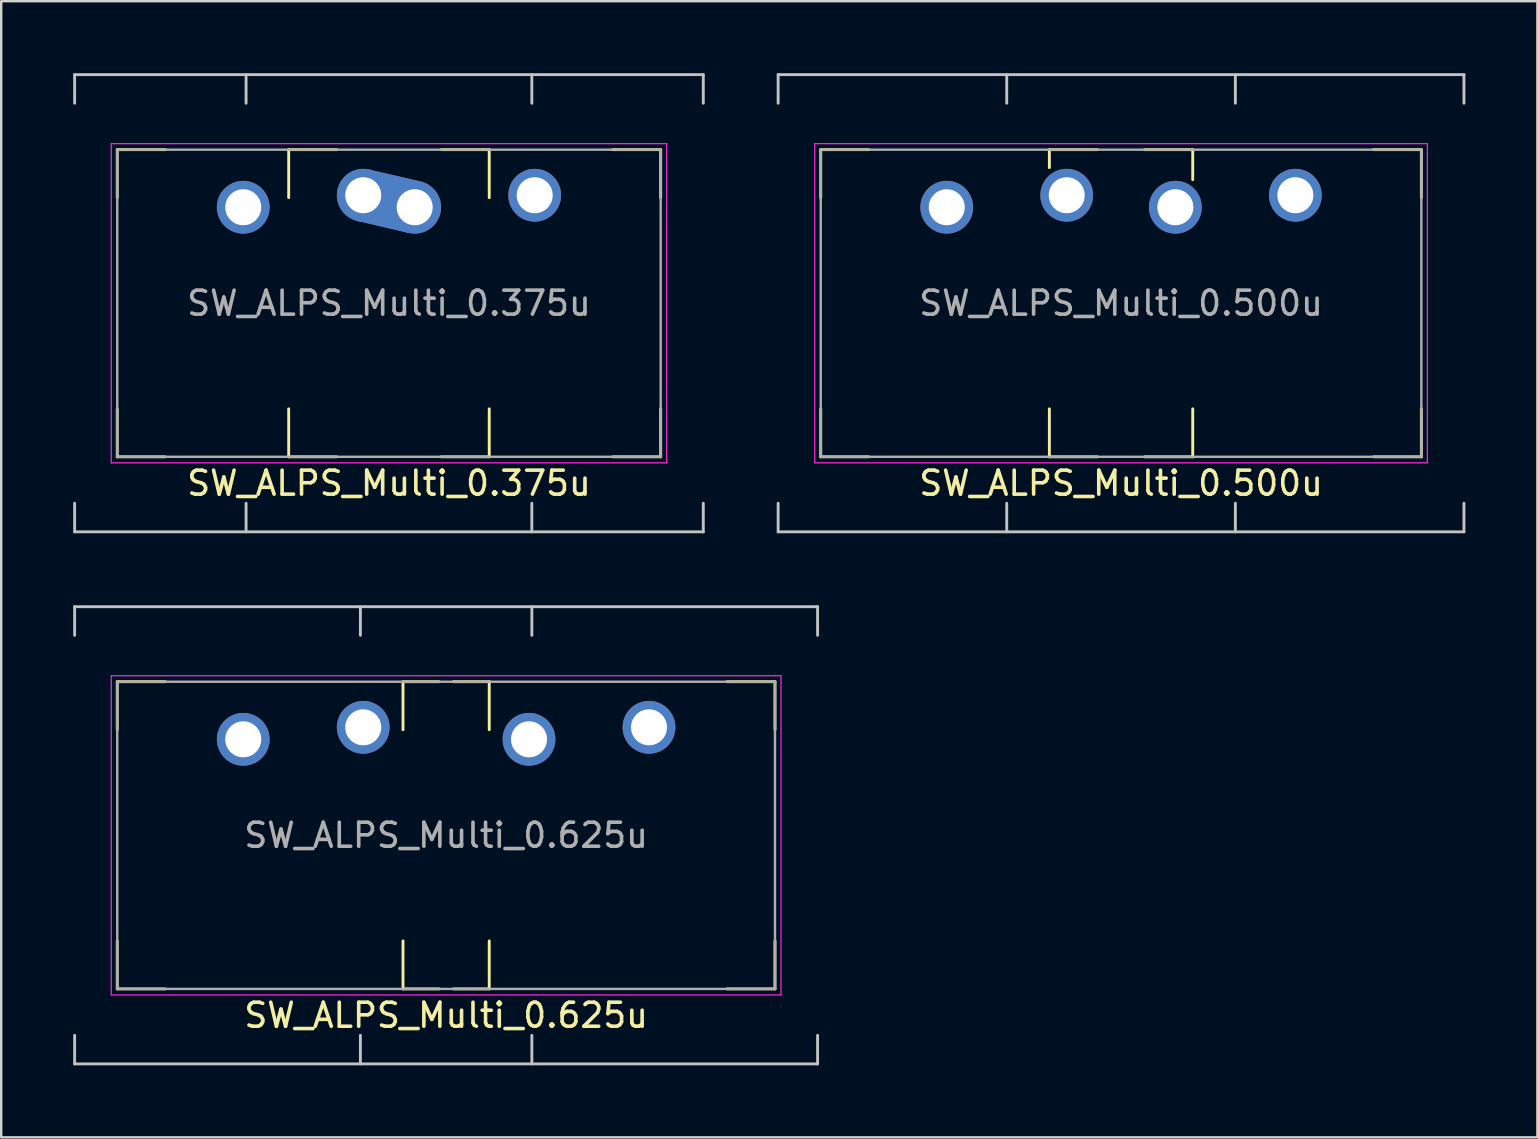
<source format=kicad_pcb>
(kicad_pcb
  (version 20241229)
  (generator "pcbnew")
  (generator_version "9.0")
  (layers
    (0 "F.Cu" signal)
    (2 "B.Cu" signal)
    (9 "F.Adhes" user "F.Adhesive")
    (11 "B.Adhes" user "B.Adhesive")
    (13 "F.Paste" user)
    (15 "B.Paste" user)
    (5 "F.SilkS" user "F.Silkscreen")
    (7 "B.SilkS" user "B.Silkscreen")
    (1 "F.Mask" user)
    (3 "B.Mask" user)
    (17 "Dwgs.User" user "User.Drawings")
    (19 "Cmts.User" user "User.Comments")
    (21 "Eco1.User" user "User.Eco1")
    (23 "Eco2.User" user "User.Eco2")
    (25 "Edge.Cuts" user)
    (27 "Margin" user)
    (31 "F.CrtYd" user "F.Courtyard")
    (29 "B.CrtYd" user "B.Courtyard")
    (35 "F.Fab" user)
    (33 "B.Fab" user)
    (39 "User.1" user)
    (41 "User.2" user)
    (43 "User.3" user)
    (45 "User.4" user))
  (footprint "SW_ALPS_Multi_0.375u"
    (layer "F.Cu")
    (at 11.966 9.585)
    (property "Reference" "SW_ALPS_Multi_0.375u" (at 1.191 7.5 0) (layer "F.SilkS") (effects (font (size 1 1) (thickness 0.15))))
    (attr through_hole)
    (fp_line (start -10.131 -6.4) (end -8.131 -6.4) (stroke (width 0.12) (type solid)) (layer "F.SilkS"))
    (fp_line (start -10.131 -4.4) (end -10.131 -6.4) (stroke (width 0.12) (type solid)) (layer "F.SilkS"))
    (fp_line (start -10.131 6.4) (end -10.131 4.4) (stroke (width 0.12) (type solid)) (layer "F.SilkS"))
    (fp_line (start -10.131 6.4) (end -8.131 6.4) (stroke (width 0.12) (type solid)) (layer "F.SilkS"))
    (fp_line (start -2.987 -6.4) (end -0.987 -6.4) (stroke (width 0.12) (type solid)) (layer "F.SilkS"))
    (fp_line (start -2.987 -4.4) (end -2.987 -6.4) (stroke (width 0.12) (type solid)) (layer "F.SilkS"))
    (fp_line (start -2.987 6.4) (end -2.987 4.4) (stroke (width 0.12) (type solid)) (layer "F.SilkS"))
    (fp_line (start -2.987 6.4) (end -0.987 6.4) (stroke (width 0.12) (type solid)) (layer "F.SilkS"))
    (fp_line (start 3.369 -6.4) (end 5.369 -6.4) (stroke (width 0.12) (type solid)) (layer "F.SilkS"))
    (fp_line (start 3.369 6.4) (end 5.369 6.4) (stroke (width 0.12) (type solid)) (layer "F.SilkS"))
    (fp_line (start 5.369 -4.4) (end 5.369 -6.4) (stroke (width 0.12) (type solid)) (layer "F.SilkS"))
    (fp_line (start 5.369 6.4) (end 5.369 4.4) (stroke (width 0.12) (type solid)) (layer "F.SilkS"))
    (fp_line (start 10.513 -6.4) (end 12.513 -6.4) (stroke (width 0.12) (type solid)) (layer "F.SilkS"))
    (fp_line (start 10.513 6.4) (end 12.513 6.4) (stroke (width 0.12) (type solid)) (layer "F.SilkS"))
    (fp_line (start 12.513 -4.4) (end 12.513 -6.4) (stroke (width 0.12) (type solid)) (layer "F.SilkS"))
    (fp_line (start 12.513 6.4) (end 12.513 4.4) (stroke (width 0.12) (type solid)) (layer "F.SilkS"))
    (fp_line (start -11.906 -9.525) (end 14.288 -9.525) (stroke (width 0.12) (type solid)) (layer "Dwgs.User"))
    (fp_line (start -11.906 -8.334) (end -11.906 -9.525) (stroke (width 0.12) (type solid)) (layer "Dwgs.User"))
    (fp_line (start -11.906 9.525) (end -11.906 8.334) (stroke (width 0.12) (type solid)) (layer "Dwgs.User"))
    (fp_line (start -4.763 -9.525) (end -4.763 -8.334) (stroke (width 0.12) (type solid)) (layer "Dwgs.User"))
    (fp_line (start -4.763 9.525) (end -4.763 8.334) (stroke (width 0.12) (type solid)) (layer "Dwgs.User"))
    (fp_line (start 7.144 -9.525) (end 7.144 -8.334) (stroke (width 0.12) (type solid)) (layer "Dwgs.User"))
    (fp_line (start 7.144 9.525) (end 7.144 8.334) (stroke (width 0.12) (type solid)) (layer "Dwgs.User"))
    (fp_line (start 14.288 -9.525) (end 14.288 -8.334) (stroke (width 0.12) (type solid)) (layer "Dwgs.User"))
    (fp_line (start 14.288 9.525) (end -11.906 9.525) (stroke (width 0.12) (type solid)) (layer "Dwgs.User"))
    (fp_line (start 14.288 9.525) (end 14.288 8.334) (stroke (width 0.12) (type solid)) (layer "Dwgs.User"))
    (fp_line (start -10.381 -6.65) (end 12.763 -6.65) (stroke (width 0.05) (type solid)) (layer "F.CrtYd"))
    (fp_line (start -10.381 6.65) (end -10.381 -6.65) (stroke (width 0.05) (type solid)) (layer "F.CrtYd"))
    (fp_line (start 12.763 -6.65) (end 12.763 6.65) (stroke (width 0.05) (type solid)) (layer "F.CrtYd"))
    (fp_line (start 12.763 6.65) (end -10.381 6.65) (stroke (width 0.05) (type solid)) (layer "F.CrtYd"))
    (fp_line (start -10.131 -6.4) (end 12.513 -6.4) (stroke (width 0.1) (type solid)) (layer "F.Fab"))
    (fp_line (start -10.131 6.4) (end -10.131 -6.4) (stroke (width 0.1) (type solid)) (layer "F.Fab"))
    (fp_line (start 12.513 -6.4) (end 12.513 6.4) (stroke (width 0.1) (type solid)) (layer "F.Fab"))
    (fp_line (start 12.513 6.4) (end -10.131 6.4) (stroke (width 0.1) (type solid)) (layer "F.Fab"))
    (fp_text user "${REFERENCE}" (at 1.191 0 0) (layer "F.Fab") (effects (font (size 1 1) (thickness 0.15))))
    (pad "1" thru_hole circle (at 0.119 -4.5) (size 2.2 2.2) (drill 1.5) (layers "*.Cu" "*.Mask"))
    (pad "1" smd roundrect (at 1.191 -4.25 346.9) (size 2.642 2.2) (layers "B.Cu" "B.Mask") (roundrect_rratio 0.1))
    (pad "1" smd roundrect (at 1.191 -4.25 346.9) (size 2.642 2.2) (layers "F.Cu" "F.Mask") (roundrect_rratio 0.1))
    (pad "1" thru_hole circle (at 2.263 -4) (size 2.2 2.2) (drill 1.5) (layers "*.Cu" "*.Mask"))
    (pad "2" thru_hole circle (at -4.881 -4) (size 2.2 2.2) (drill 1.5) (layers "*.Cu" "*.Mask"))
    (pad "2" thru_hole circle (at 7.263 -4.5) (size 2.2 2.2) (drill 1.5) (layers "*.Cu" "*.Mask")))
  (footprint "SW_ALPS_Multi_0.625u"
    (layer "F.Cu")
    (at 14.348 31.755)
    (property "Reference" "SW_ALPS_Multi_0.625u" (at 1.191 7.5 0) (layer "F.SilkS") (effects (font (size 1 1) (thickness 0.15))))
    (attr through_hole)
    (fp_line (start -12.513 -6.4) (end -10.513 -6.4) (stroke (width 0.12) (type solid)) (layer "F.SilkS"))
    (fp_line (start -12.513 -4.4) (end -12.513 -6.4) (stroke (width 0.12) (type solid)) (layer "F.SilkS"))
    (fp_line (start -12.513 6.4) (end -12.513 4.4) (stroke (width 0.12) (type solid)) (layer "F.SilkS"))
    (fp_line (start -12.513 6.4) (end -10.513 6.4) (stroke (width 0.12) (type solid)) (layer "F.SilkS"))
    (fp_line (start -0.606 -6.4) (end 0.894 -6.4) (stroke (width 0.12) (type solid)) (layer "F.SilkS"))
    (fp_line (start -0.606 -4.4) (end -0.606 -6.4) (stroke (width 0.12) (type solid)) (layer "F.SilkS"))
    (fp_line (start -0.606 6.4) (end -0.606 4.4) (stroke (width 0.12) (type solid)) (layer "F.SilkS"))
    (fp_line (start -0.606 6.4) (end 0.894 6.4) (stroke (width 0.12) (type solid)) (layer "F.SilkS"))
    (fp_line (start 1.487 -6.4) (end 2.987 -6.4) (stroke (width 0.12) (type solid)) (layer "F.SilkS"))
    (fp_line (start 1.487 6.4) (end 2.987 6.4) (stroke (width 0.12) (type solid)) (layer "F.SilkS"))
    (fp_line (start 2.987 -4.4) (end 2.987 -6.4) (stroke (width 0.12) (type solid)) (layer "F.SilkS"))
    (fp_line (start 2.987 6.4) (end 2.987 4.4) (stroke (width 0.12) (type solid)) (layer "F.SilkS"))
    (fp_line (start 12.894 -6.4) (end 14.894 -6.4) (stroke (width 0.12) (type solid)) (layer "F.SilkS"))
    (fp_line (start 12.894 6.4) (end 14.894 6.4) (stroke (width 0.12) (type solid)) (layer "F.SilkS"))
    (fp_line (start 14.894 -4.4) (end 14.894 -6.4) (stroke (width 0.12) (type solid)) (layer "F.SilkS"))
    (fp_line (start 14.894 6.4) (end 14.894 4.4) (stroke (width 0.12) (type solid)) (layer "F.SilkS"))
    (fp_line (start -14.288 -9.525) (end 16.669 -9.525) (stroke (width 0.12) (type solid)) (layer "Dwgs.User"))
    (fp_line (start -14.288 -8.334) (end -14.288 -9.525) (stroke (width 0.12) (type solid)) (layer "Dwgs.User"))
    (fp_line (start -14.288 9.525) (end -14.288 8.334) (stroke (width 0.12) (type solid)) (layer "Dwgs.User"))
    (fp_line (start -2.381 -9.525) (end -2.381 -8.334) (stroke (width 0.12) (type solid)) (layer "Dwgs.User"))
    (fp_line (start -2.381 9.525) (end -2.381 8.334) (stroke (width 0.12) (type solid)) (layer "Dwgs.User"))
    (fp_line (start 4.763 -9.525) (end 4.763 -8.334) (stroke (width 0.12) (type solid)) (layer "Dwgs.User"))
    (fp_line (start 4.763 9.525) (end 4.763 8.334) (stroke (width 0.12) (type solid)) (layer "Dwgs.User"))
    (fp_line (start 16.669 -9.525) (end 16.669 -8.334) (stroke (width 0.12) (type solid)) (layer "Dwgs.User"))
    (fp_line (start 16.669 9.525) (end -14.288 9.525) (stroke (width 0.12) (type solid)) (layer "Dwgs.User"))
    (fp_line (start 16.669 9.525) (end 16.669 8.334) (stroke (width 0.12) (type solid)) (layer "Dwgs.User"))
    (fp_line (start -12.763 -6.65) (end 15.144 -6.65) (stroke (width 0.05) (type solid)) (layer "F.CrtYd"))
    (fp_line (start -12.763 6.65) (end -12.763 -6.65) (stroke (width 0.05) (type solid)) (layer "F.CrtYd"))
    (fp_line (start 15.144 -6.65) (end 15.144 6.65) (stroke (width 0.05) (type solid)) (layer "F.CrtYd"))
    (fp_line (start 15.144 6.65) (end -12.763 6.65) (stroke (width 0.05) (type solid)) (layer "F.CrtYd"))
    (fp_line (start -12.513 -6.4) (end 14.894 -6.4) (stroke (width 0.1) (type solid)) (layer "F.Fab"))
    (fp_line (start -12.513 6.4) (end -12.513 -6.4) (stroke (width 0.1) (type solid)) (layer "F.Fab"))
    (fp_line (start 14.894 -6.4) (end 14.894 6.4) (stroke (width 0.1) (type solid)) (layer "F.Fab"))
    (fp_line (start 14.894 6.4) (end -12.513 6.4) (stroke (width 0.1) (type solid)) (layer "F.Fab"))
    (fp_text user "${REFERENCE}" (at 1.191 0 0) (layer "F.Fab") (effects (font (size 1 1) (thickness 0.15))))
    (pad "1" thru_hole circle (at -2.263 -4.5) (size 2.2 2.2) (drill 1.5) (layers "*.Cu" "*.Mask"))
    (pad "1" thru_hole circle (at 9.644 -4.5) (size 2.2 2.2) (drill 1.5) (layers "*.Cu" "*.Mask"))
    (pad "2" thru_hole circle (at -7.263 -4) (size 2.2 2.2) (drill 1.5) (layers "*.Cu" "*.Mask"))
    (pad "2" thru_hole circle (at 4.644 -4) (size 2.2 2.2) (drill 1.5) (layers "*.Cu" "*.Mask")))
  (footprint "SW_ALPS_Multi_0.500u"
    (layer "F.Cu")
    (at 43.661 9.585)
    (property "Reference" "SW_ALPS_Multi_0.500u" (at 0 7.5 0) (layer "F.SilkS") (effects (font (size 1 1) (thickness 0.15))))
    (attr through_hole)
    (fp_line (start -12.513 -6.4) (end -10.513 -6.4) (stroke (width 0.12) (type solid)) (layer "F.SilkS"))
    (fp_line (start -12.513 -4.4) (end -12.513 -6.4) (stroke (width 0.12) (type solid)) (layer "F.SilkS"))
    (fp_line (start -12.513 6.4) (end -12.513 4.4) (stroke (width 0.12) (type solid)) (layer "F.SilkS"))
    (fp_line (start -12.513 6.4) (end -10.513 6.4) (stroke (width 0.12) (type solid)) (layer "F.SilkS"))
    (fp_line (start -2.987 -6.4) (end -0.987 -6.4) (stroke (width 0.12) (type solid)) (layer "F.SilkS"))
    (fp_line (start -2.987 -5.65) (end -2.987 -6.4) (stroke (width 0.12) (type solid)) (layer "F.SilkS"))
    (fp_line (start -2.987 6.4) (end -2.987 4.4) (stroke (width 0.12) (type solid)) (layer "F.SilkS"))
    (fp_line (start -2.987 6.4) (end -0.987 6.4) (stroke (width 0.12) (type solid)) (layer "F.SilkS"))
    (fp_line (start 0.987 -6.4) (end 2.987 -6.4) (stroke (width 0.12) (type solid)) (layer "F.SilkS"))
    (fp_line (start 0.987 6.4) (end 2.987 6.4) (stroke (width 0.12) (type solid)) (layer "F.SilkS"))
    (fp_line (start 2.987 -5.15) (end 2.987 -6.4) (stroke (width 0.12) (type solid)) (layer "F.SilkS"))
    (fp_line (start 2.987 6.4) (end 2.987 4.4) (stroke (width 0.12) (type solid)) (layer "F.SilkS"))
    (fp_line (start 10.513 -6.4) (end 12.513 -6.4) (stroke (width 0.12) (type solid)) (layer "F.SilkS"))
    (fp_line (start 10.513 6.4) (end 12.513 6.4) (stroke (width 0.12) (type solid)) (layer "F.SilkS"))
    (fp_line (start 12.513 -4.4) (end 12.513 -6.4) (stroke (width 0.12) (type solid)) (layer "F.SilkS"))
    (fp_line (start 12.513 6.4) (end 12.513 4.4) (stroke (width 0.12) (type solid)) (layer "F.SilkS"))
    (fp_line (start -14.288 -9.525) (end 14.288 -9.525) (stroke (width 0.12) (type solid)) (layer "Dwgs.User"))
    (fp_line (start -14.288 -8.334) (end -14.288 -9.525) (stroke (width 0.12) (type solid)) (layer "Dwgs.User"))
    (fp_line (start -14.288 9.525) (end -14.288 8.334) (stroke (width 0.12) (type solid)) (layer "Dwgs.User"))
    (fp_line (start -4.763 -9.525) (end -4.763 -8.334) (stroke (width 0.12) (type solid)) (layer "Dwgs.User"))
    (fp_line (start -4.763 9.525) (end -4.763 8.334) (stroke (width 0.12) (type solid)) (layer "Dwgs.User"))
    (fp_line (start 4.763 -9.525) (end 4.763 -8.334) (stroke (width 0.12) (type solid)) (layer "Dwgs.User"))
    (fp_line (start 4.763 9.525) (end 4.763 8.334) (stroke (width 0.12) (type solid)) (layer "Dwgs.User"))
    (fp_line (start 14.288 -9.525) (end 14.288 -8.334) (stroke (width 0.12) (type solid)) (layer "Dwgs.User"))
    (fp_line (start 14.288 9.525) (end -14.288 9.525) (stroke (width 0.12) (type solid)) (layer "Dwgs.User"))
    (fp_line (start 14.288 9.525) (end 14.288 8.334) (stroke (width 0.12) (type solid)) (layer "Dwgs.User"))
    (fp_line (start -12.763 -6.65) (end 12.763 -6.65) (stroke (width 0.05) (type solid)) (layer "F.CrtYd"))
    (fp_line (start -12.763 6.65) (end -12.763 -6.65) (stroke (width 0.05) (type solid)) (layer "F.CrtYd"))
    (fp_line (start 12.763 -6.65) (end 12.763 6.65) (stroke (width 0.05) (type solid)) (layer "F.CrtYd"))
    (fp_line (start 12.763 6.65) (end -12.763 6.65) (stroke (width 0.05) (type solid)) (layer "F.CrtYd"))
    (fp_line (start -12.513 -6.4) (end 12.513 -6.4) (stroke (width 0.1) (type solid)) (layer "F.Fab"))
    (fp_line (start -12.513 6.4) (end -12.513 -6.4) (stroke (width 0.1) (type solid)) (layer "F.Fab"))
    (fp_line (start 12.513 -6.4) (end 12.513 6.4) (stroke (width 0.1) (type solid)) (layer "F.Fab"))
    (fp_line (start 12.513 6.4) (end -12.513 6.4) (stroke (width 0.1) (type solid)) (layer "F.Fab"))
    (fp_text user "${REFERENCE}" (at 0 0 0) (layer "F.Fab") (effects (font (size 1 1) (thickness 0.15))))
    (pad "1" thru_hole circle (at -2.263 -4.5) (size 2.2 2.2) (drill 1.5) (layers "*.Cu" "*.Mask"))
    (pad "1" thru_hole circle (at 7.263 -4.5) (size 2.2 2.2) (drill 1.5) (layers "*.Cu" "*.Mask"))
    (pad "2" thru_hole circle (at -7.263 -4) (size 2.2 2.2) (drill 1.5) (layers "*.Cu" "*.Mask"))
    (pad "2" thru_hole circle (at 2.263 -4) (size 2.2 2.2) (drill 1.5) (layers "*.Cu" "*.Mask")))
  (gr_rect
    (start -3 -3)
    (end 61.009 44.34)
    (stroke (width 0.1) (type default))
    (fill no)
    (layer "Edge.Cuts")))
</source>
